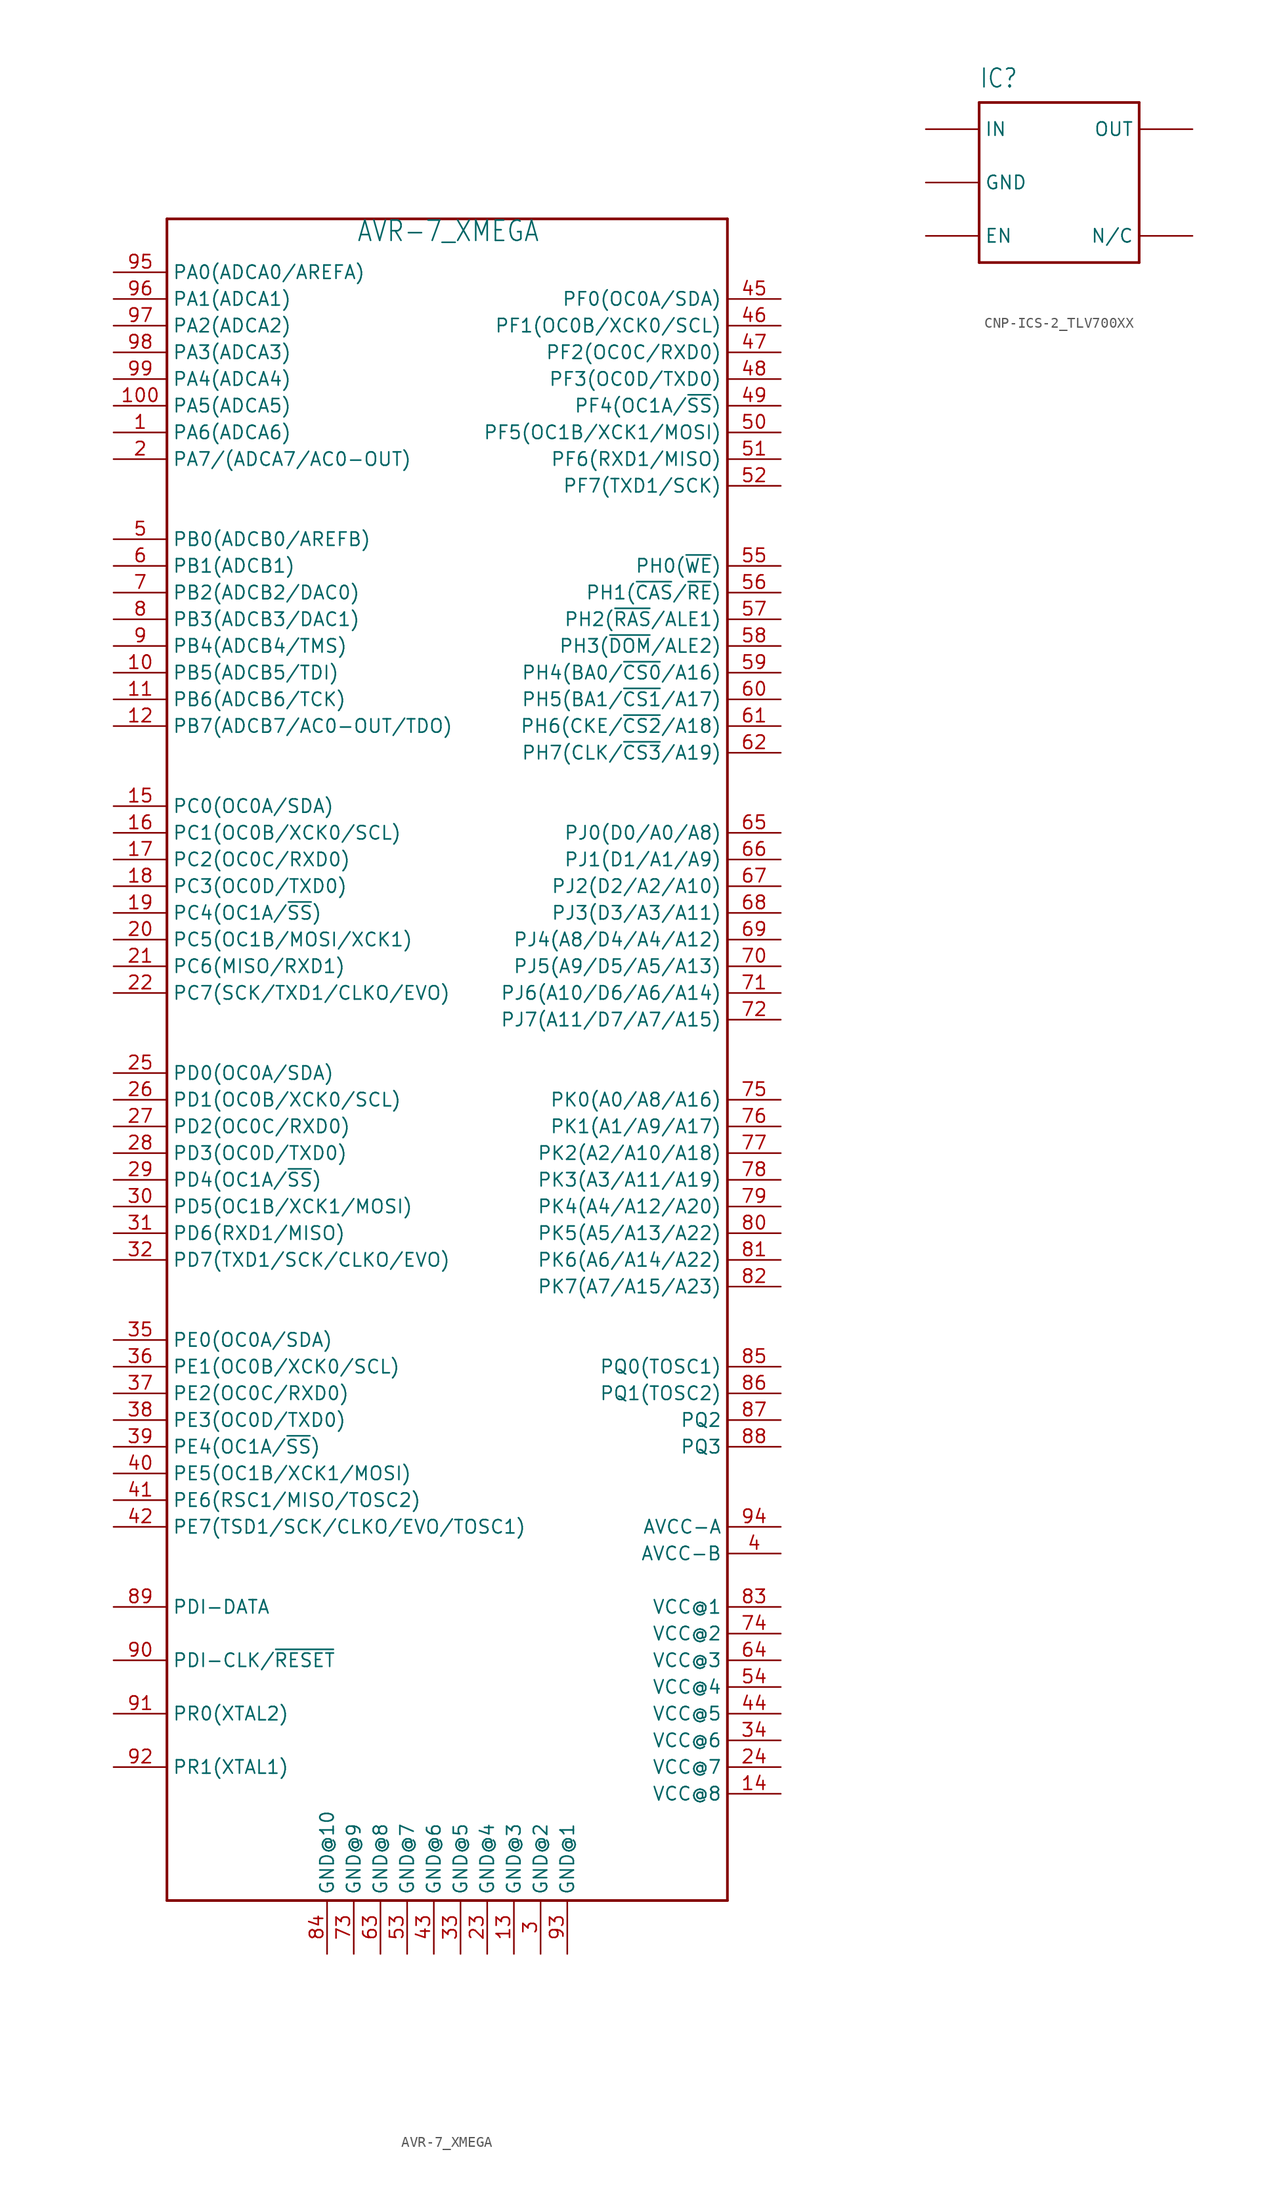
<source format=kicad_sym>
(kicad_symbol_lib
  (version 20220914)
  (generator kicad_symbol_editor)
  (symbol "AVR-7_XMEGA"
    (property "Reference" "U"
      (at -25.4 115.57 0)
      (effects (font (size 1.93 1.641)) (justify left bottom) hide))
    (property "Value" "AVR-7_XMEGA"
      (at -7.366 112.014 0)
      (effects (font (size 1.93 1.641)) (justify left bottom)))
    (symbol "AVR-7_XMEGA_1_0"
      (polyline (pts (xy -25.4 -45.72) (xy -25.4 114.3)) (stroke (width 0.254) (type solid)) (fill (type none)))
      (polyline (pts (xy -25.4 114.3) (xy 27.94 114.3)) (stroke (width 0.254) (type solid)) (fill (type none)))
      (polyline (pts (xy 27.94 -45.72) (xy -25.4 -45.72)) (stroke (width 0.254) (type solid)) (fill (type none)))
      (polyline (pts (xy 27.94 114.3) (xy 27.94 -45.72)) (stroke (width 0.254) (type solid)) (fill (type none)))
      (pin bidirectional line (at -30.48 93.98 0) (length 5.08) (name "PA6(ADCA6)" (effects (font (size 1.27 1.27)))) (number "1" (effects (font (size 1.27 1.27)))))
      (pin bidirectional line (at -30.48 71.12 0) (length 5.08) (name "PB5(ADCB5/TDI)" (effects (font (size 1.27 1.27)))) (number "10" (effects (font (size 1.27 1.27)))))
      (pin bidirectional line (at -30.48 96.52 0) (length 5.08) (name "PA5(ADCA5)" (effects (font (size 1.27 1.27)))) (number "100" (effects (font (size 1.27 1.27)))))
      (pin bidirectional line (at -30.48 68.58 0) (length 5.08) (name "PB6(ADCB6/TCK)" (effects (font (size 1.27 1.27)))) (number "11" (effects (font (size 1.27 1.27)))))
      (pin bidirectional line (at -30.48 66.04 0) (length 5.08) (name "PB7(ADCB7/AC0-OUT/TDO)" (effects (font (size 1.27 1.27)))) (number "12" (effects (font (size 1.27 1.27)))))
      (pin power_in line (at 7.62 -50.8 90) (length 5.08) (name "GND@3" (effects (font (size 1.27 1.27)))) (number "13" (effects (font (size 1.27 1.27)))))
      (pin power_in line (at 33.02 -35.56 180) (length 5.08) (name "VCC@8" (effects (font (size 1.27 1.27)))) (number "14" (effects (font (size 1.27 1.27)))))
      (pin bidirectional line (at -30.48 58.42 0) (length 5.08) (name "PC0(OC0A/SDA)" (effects (font (size 1.27 1.27)))) (number "15" (effects (font (size 1.27 1.27)))))
      (pin bidirectional line (at -30.48 55.88 0) (length 5.08) (name "PC1(OC0B/XCK0/SCL)" (effects (font (size 1.27 1.27)))) (number "16" (effects (font (size 1.27 1.27)))))
      (pin bidirectional line (at -30.48 53.34 0) (length 5.08) (name "PC2(OC0C/RXD0)" (effects (font (size 1.27 1.27)))) (number "17" (effects (font (size 1.27 1.27)))))
      (pin bidirectional line (at -30.48 50.8 0) (length 5.08) (name "PC3(OC0D/TXD0)" (effects (font (size 1.27 1.27)))) (number "18" (effects (font (size 1.27 1.27)))))
      (pin bidirectional line (at -30.48 48.26 0) (length 5.08) (name "PC4(OC1A/~{SS})" (effects (font (size 1.27 1.27)))) (number "19" (effects (font (size 1.27 1.27)))))
      (pin bidirectional line (at -30.48 91.44 0) (length 5.08) (name "PA7/(ADCA7/AC0-OUT)" (effects (font (size 1.27 1.27)))) (number "2" (effects (font (size 1.27 1.27)))))
      (pin bidirectional line (at -30.48 45.72 0) (length 5.08) (name "PC5(OC1B/MOSI/XCK1)" (effects (font (size 1.27 1.27)))) (number "20" (effects (font (size 1.27 1.27)))))
      (pin bidirectional line (at -30.48 43.18 0) (length 5.08) (name "PC6(MISO/RXD1)" (effects (font (size 1.27 1.27)))) (number "21" (effects (font (size 1.27 1.27)))))
      (pin bidirectional line (at -30.48 40.64 0) (length 5.08) (name "PC7(SCK/TXD1/CLKO/EVO)" (effects (font (size 1.27 1.27)))) (number "22" (effects (font (size 1.27 1.27)))))
      (pin power_in line (at 5.08 -50.8 90) (length 5.08) (name "GND@4" (effects (font (size 1.27 1.27)))) (number "23" (effects (font (size 1.27 1.27)))))
      (pin power_in line (at 33.02 -33.02 180) (length 5.08) (name "VCC@7" (effects (font (size 1.27 1.27)))) (number "24" (effects (font (size 1.27 1.27)))))
      (pin bidirectional line (at -30.48 33.02 0) (length 5.08) (name "PD0(OC0A/SDA)" (effects (font (size 1.27 1.27)))) (number "25" (effects (font (size 1.27 1.27)))))
      (pin bidirectional line (at -30.48 30.48 0) (length 5.08) (name "PD1(OC0B/XCK0/SCL)" (effects (font (size 1.27 1.27)))) (number "26" (effects (font (size 1.27 1.27)))))
      (pin bidirectional line (at -30.48 27.94 0) (length 5.08) (name "PD2(OC0C/RXD0)" (effects (font (size 1.27 1.27)))) (number "27" (effects (font (size 1.27 1.27)))))
      (pin bidirectional line (at -30.48 25.4 0) (length 5.08) (name "PD3(OC0D/TXD0)" (effects (font (size 1.27 1.27)))) (number "28" (effects (font (size 1.27 1.27)))))
      (pin bidirectional line (at -30.48 22.86 0) (length 5.08) (name "PD4(OC1A/~{SS})" (effects (font (size 1.27 1.27)))) (number "29" (effects (font (size 1.27 1.27)))))
      (pin power_in line (at 10.16 -50.8 90) (length 5.08) (name "GND@2" (effects (font (size 1.27 1.27)))) (number "3" (effects (font (size 1.27 1.27)))))
      (pin bidirectional line (at -30.48 20.32 0) (length 5.08) (name "PD5(OC1B/XCK1/MOSI)" (effects (font (size 1.27 1.27)))) (number "30" (effects (font (size 1.27 1.27)))))
      (pin bidirectional line (at -30.48 17.78 0) (length 5.08) (name "PD6(RXD1/MISO)" (effects (font (size 1.27 1.27)))) (number "31" (effects (font (size 1.27 1.27)))))
      (pin bidirectional line (at -30.48 15.24 0) (length 5.08) (name "PD7(TXD1/SCK/CLKO/EVO)" (effects (font (size 1.27 1.27)))) (number "32" (effects (font (size 1.27 1.27)))))
      (pin power_in line (at 2.54 -50.8 90) (length 5.08) (name "GND@5" (effects (font (size 1.27 1.27)))) (number "33" (effects (font (size 1.27 1.27)))))
      (pin power_in line (at 33.02 -30.48 180) (length 5.08) (name "VCC@6" (effects (font (size 1.27 1.27)))) (number "34" (effects (font (size 1.27 1.27)))))
      (pin bidirectional line (at -30.48 7.62 0) (length 5.08) (name "PE0(OC0A/SDA)" (effects (font (size 1.27 1.27)))) (number "35" (effects (font (size 1.27 1.27)))))
      (pin bidirectional line (at -30.48 5.08 0) (length 5.08) (name "PE1(OC0B/XCK0/SCL)" (effects (font (size 1.27 1.27)))) (number "36" (effects (font (size 1.27 1.27)))))
      (pin bidirectional line (at -30.48 2.54 0) (length 5.08) (name "PE2(OC0C/RXD0)" (effects (font (size 1.27 1.27)))) (number "37" (effects (font (size 1.27 1.27)))))
      (pin bidirectional line (at -30.48 0 0) (length 5.08) (name "PE3(OC0D/TXD0)" (effects (font (size 1.27 1.27)))) (number "38" (effects (font (size 1.27 1.27)))))
      (pin bidirectional line (at -30.48 -2.54 0) (length 5.08) (name "PE4(OC1A/~{SS})" (effects (font (size 1.27 1.27)))) (number "39" (effects (font (size 1.27 1.27)))))
      (pin power_in line (at 33.02 -12.7 180) (length 5.08) (name "AVCC-B" (effects (font (size 1.27 1.27)))) (number "4" (effects (font (size 1.27 1.27)))))
      (pin bidirectional line (at -30.48 -5.08 0) (length 5.08) (name "PE5(OC1B/XCK1/MOSI)" (effects (font (size 1.27 1.27)))) (number "40" (effects (font (size 1.27 1.27)))))
      (pin bidirectional line (at -30.48 -7.62 0) (length 5.08) (name "PE6(RSC1/MISO/TOSC2)" (effects (font (size 1.27 1.27)))) (number "41" (effects (font (size 1.27 1.27)))))
      (pin bidirectional line (at -30.48 -10.16 0) (length 5.08) (name "PE7(TSD1/SCK/CLKO/EVO/TOSC1)" (effects (font (size 1.27 1.27)))) (number "42" (effects (font (size 1.27 1.27)))))
      (pin power_in line (at 0 -50.8 90) (length 5.08) (name "GND@6" (effects (font (size 1.27 1.27)))) (number "43" (effects (font (size 1.27 1.27)))))
      (pin power_in line (at 33.02 -27.94 180) (length 5.08) (name "VCC@5" (effects (font (size 1.27 1.27)))) (number "44" (effects (font (size 1.27 1.27)))))
      (pin bidirectional line (at 33.02 106.68 180) (length 5.08) (name "PF0(OC0A/SDA)" (effects (font (size 1.27 1.27)))) (number "45" (effects (font (size 1.27 1.27)))))
      (pin bidirectional line (at 33.02 104.14 180) (length 5.08) (name "PF1(OC0B/XCK0/SCL)" (effects (font (size 1.27 1.27)))) (number "46" (effects (font (size 1.27 1.27)))))
      (pin bidirectional line (at 33.02 101.6 180) (length 5.08) (name "PF2(OC0C/RXD0)" (effects (font (size 1.27 1.27)))) (number "47" (effects (font (size 1.27 1.27)))))
      (pin bidirectional line (at 33.02 99.06 180) (length 5.08) (name "PF3(OC0D/TXD0)" (effects (font (size 1.27 1.27)))) (number "48" (effects (font (size 1.27 1.27)))))
      (pin bidirectional line (at 33.02 96.52 180) (length 5.08) (name "PF4(OC1A/~{SS})" (effects (font (size 1.27 1.27)))) (number "49" (effects (font (size 1.27 1.27)))))
      (pin bidirectional line (at -30.48 83.82 0) (length 5.08) (name "PB0(ADCB0/AREFB)" (effects (font (size 1.27 1.27)))) (number "5" (effects (font (size 1.27 1.27)))))
      (pin bidirectional line (at 33.02 93.98 180) (length 5.08) (name "PF5(OC1B/XCK1/MOSI)" (effects (font (size 1.27 1.27)))) (number "50" (effects (font (size 1.27 1.27)))))
      (pin bidirectional line (at 33.02 91.44 180) (length 5.08) (name "PF6(RXD1/MISO)" (effects (font (size 1.27 1.27)))) (number "51" (effects (font (size 1.27 1.27)))))
      (pin bidirectional line (at 33.02 88.9 180) (length 5.08) (name "PF7(TXD1/SCK)" (effects (font (size 1.27 1.27)))) (number "52" (effects (font (size 1.27 1.27)))))
      (pin power_in line (at -2.54 -50.8 90) (length 5.08) (name "GND@7" (effects (font (size 1.27 1.27)))) (number "53" (effects (font (size 1.27 1.27)))))
      (pin power_in line (at 33.02 -25.4 180) (length 5.08) (name "VCC@4" (effects (font (size 1.27 1.27)))) (number "54" (effects (font (size 1.27 1.27)))))
      (pin bidirectional line (at 33.02 81.28 180) (length 5.08) (name "PH0(~{WE})" (effects (font (size 1.27 1.27)))) (number "55" (effects (font (size 1.27 1.27)))))
      (pin bidirectional line (at 33.02 78.74 180) (length 5.08) (name "PH1(~{CAS}/~{RE})" (effects (font (size 1.27 1.27)))) (number "56" (effects (font (size 1.27 1.27)))))
      (pin bidirectional line (at 33.02 76.2 180) (length 5.08) (name "PH2(~{RAS}/ALE1)" (effects (font (size 1.27 1.27)))) (number "57" (effects (font (size 1.27 1.27)))))
      (pin bidirectional line (at 33.02 73.66 180) (length 5.08) (name "PH3(~{DOM}/ALE2)" (effects (font (size 1.27 1.27)))) (number "58" (effects (font (size 1.27 1.27)))))
      (pin bidirectional line (at 33.02 71.12 180) (length 5.08) (name "PH4(BA0/~{CS0}/A16)" (effects (font (size 1.27 1.27)))) (number "59" (effects (font (size 1.27 1.27)))))
      (pin bidirectional line (at -30.48 81.28 0) (length 5.08) (name "PB1(ADCB1)" (effects (font (size 1.27 1.27)))) (number "6" (effects (font (size 1.27 1.27)))))
      (pin bidirectional line (at 33.02 68.58 180) (length 5.08) (name "PH5(BA1/~{CS1}/A17)" (effects (font (size 1.27 1.27)))) (number "60" (effects (font (size 1.27 1.27)))))
      (pin bidirectional line (at 33.02 66.04 180) (length 5.08) (name "PH6(CKE/~{CS2}/A18)" (effects (font (size 1.27 1.27)))) (number "61" (effects (font (size 1.27 1.27)))))
      (pin bidirectional line (at 33.02 63.5 180) (length 5.08) (name "PH7(CLK/~{CS3}/A19)" (effects (font (size 1.27 1.27)))) (number "62" (effects (font (size 1.27 1.27)))))
      (pin power_in line (at -5.08 -50.8 90) (length 5.08) (name "GND@8" (effects (font (size 1.27 1.27)))) (number "63" (effects (font (size 1.27 1.27)))))
      (pin power_in line (at 33.02 -22.86 180) (length 5.08) (name "VCC@3" (effects (font (size 1.27 1.27)))) (number "64" (effects (font (size 1.27 1.27)))))
      (pin bidirectional line (at 33.02 55.88 180) (length 5.08) (name "PJ0(D0/A0/A8)" (effects (font (size 1.27 1.27)))) (number "65" (effects (font (size 1.27 1.27)))))
      (pin bidirectional line (at 33.02 53.34 180) (length 5.08) (name "PJ1(D1/A1/A9)" (effects (font (size 1.27 1.27)))) (number "66" (effects (font (size 1.27 1.27)))))
      (pin bidirectional line (at 33.02 50.8 180) (length 5.08) (name "PJ2(D2/A2/A10)" (effects (font (size 1.27 1.27)))) (number "67" (effects (font (size 1.27 1.27)))))
      (pin bidirectional line (at 33.02 48.26 180) (length 5.08) (name "PJ3(D3/A3/A11)" (effects (font (size 1.27 1.27)))) (number "68" (effects (font (size 1.27 1.27)))))
      (pin bidirectional line (at 33.02 45.72 180) (length 5.08) (name "PJ4(A8/D4/A4/A12)" (effects (font (size 1.27 1.27)))) (number "69" (effects (font (size 1.27 1.27)))))
      (pin bidirectional line (at -30.48 78.74 0) (length 5.08) (name "PB2(ADCB2/DAC0)" (effects (font (size 1.27 1.27)))) (number "7" (effects (font (size 1.27 1.27)))))
      (pin bidirectional line (at 33.02 43.18 180) (length 5.08) (name "PJ5(A9/D5/A5/A13)" (effects (font (size 1.27 1.27)))) (number "70" (effects (font (size 1.27 1.27)))))
      (pin bidirectional line (at 33.02 40.64 180) (length 5.08) (name "PJ6(A10/D6/A6/A14)" (effects (font (size 1.27 1.27)))) (number "71" (effects (font (size 1.27 1.27)))))
      (pin bidirectional line (at 33.02 38.1 180) (length 5.08) (name "PJ7(A11/D7/A7/A15)" (effects (font (size 1.27 1.27)))) (number "72" (effects (font (size 1.27 1.27)))))
      (pin power_in line (at -7.62 -50.8 90) (length 5.08) (name "GND@9" (effects (font (size 1.27 1.27)))) (number "73" (effects (font (size 1.27 1.27)))))
      (pin power_in line (at 33.02 -20.32 180) (length 5.08) (name "VCC@2" (effects (font (size 1.27 1.27)))) (number "74" (effects (font (size 1.27 1.27)))))
      (pin bidirectional line (at 33.02 30.48 180) (length 5.08) (name "PK0(A0/A8/A16)" (effects (font (size 1.27 1.27)))) (number "75" (effects (font (size 1.27 1.27)))))
      (pin bidirectional line (at 33.02 27.94 180) (length 5.08) (name "PK1(A1/A9/A17)" (effects (font (size 1.27 1.27)))) (number "76" (effects (font (size 1.27 1.27)))))
      (pin bidirectional line (at 33.02 25.4 180) (length 5.08) (name "PK2(A2/A10/A18)" (effects (font (size 1.27 1.27)))) (number "77" (effects (font (size 1.27 1.27)))))
      (pin bidirectional line (at 33.02 22.86 180) (length 5.08) (name "PK3(A3/A11/A19)" (effects (font (size 1.27 1.27)))) (number "78" (effects (font (size 1.27 1.27)))))
      (pin bidirectional line (at 33.02 20.32 180) (length 5.08) (name "PK4(A4/A12/A20)" (effects (font (size 1.27 1.27)))) (number "79" (effects (font (size 1.27 1.27)))))
      (pin bidirectional line (at -30.48 76.2 0) (length 5.08) (name "PB3(ADCB3/DAC1)" (effects (font (size 1.27 1.27)))) (number "8" (effects (font (size 1.27 1.27)))))
      (pin bidirectional line (at 33.02 17.78 180) (length 5.08) (name "PK5(A5/A13/A22)" (effects (font (size 1.27 1.27)))) (number "80" (effects (font (size 1.27 1.27)))))
      (pin bidirectional line (at 33.02 15.24 180) (length 5.08) (name "PK6(A6/A14/A22)" (effects (font (size 1.27 1.27)))) (number "81" (effects (font (size 1.27 1.27)))))
      (pin bidirectional line (at 33.02 12.7 180) (length 5.08) (name "PK7(A7/A15/A23)" (effects (font (size 1.27 1.27)))) (number "82" (effects (font (size 1.27 1.27)))))
      (pin power_in line (at 33.02 -17.78 180) (length 5.08) (name "VCC@1" (effects (font (size 1.27 1.27)))) (number "83" (effects (font (size 1.27 1.27)))))
      (pin power_in line (at -10.16 -50.8 90) (length 5.08) (name "GND@10" (effects (font (size 1.27 1.27)))) (number "84" (effects (font (size 1.27 1.27)))))
      (pin bidirectional line (at 33.02 5.08 180) (length 5.08) (name "PQ0(TOSC1)" (effects (font (size 1.27 1.27)))) (number "85" (effects (font (size 1.27 1.27)))))
      (pin bidirectional line (at 33.02 2.54 180) (length 5.08) (name "PQ1(TOSC2)" (effects (font (size 1.27 1.27)))) (number "86" (effects (font (size 1.27 1.27)))))
      (pin bidirectional line (at 33.02 0 180) (length 5.08) (name "PQ2" (effects (font (size 1.27 1.27)))) (number "87" (effects (font (size 1.27 1.27)))))
      (pin bidirectional line (at 33.02 -2.54 180) (length 5.08) (name "PQ3" (effects (font (size 1.27 1.27)))) (number "88" (effects (font (size 1.27 1.27)))))
      (pin bidirectional line (at -30.48 -17.78 0) (length 5.08) (name "PDI-DATA" (effects (font (size 1.27 1.27)))) (number "89" (effects (font (size 1.27 1.27)))))
      (pin bidirectional line (at -30.48 73.66 0) (length 5.08) (name "PB4(ADCB4/TMS)" (effects (font (size 1.27 1.27)))) (number "9" (effects (font (size 1.27 1.27)))))
      (pin input line (at -30.48 -22.86 0) (length 5.08) (name "PDI-CLK/~{RESET}" (effects (font (size 1.27 1.27)))) (number "90" (effects (font (size 1.27 1.27)))))
      (pin bidirectional line (at -30.48 -27.94 0) (length 5.08) (name "PR0(XTAL2)" (effects (font (size 1.27 1.27)))) (number "91" (effects (font (size 1.27 1.27)))))
      (pin bidirectional line (at -30.48 -33.02 0) (length 5.08) (name "PR1(XTAL1)" (effects (font (size 1.27 1.27)))) (number "92" (effects (font (size 1.27 1.27)))))
      (pin power_in line (at 12.7 -50.8 90) (length 5.08) (name "GND@1" (effects (font (size 1.27 1.27)))) (number "93" (effects (font (size 1.27 1.27)))))
      (pin power_in line (at 33.02 -10.16 180) (length 5.08) (name "AVCC-A" (effects (font (size 1.27 1.27)))) (number "94" (effects (font (size 1.27 1.27)))))
      (pin bidirectional line (at -30.48 109.22 0) (length 5.08) (name "PA0(ADCA0/AREFA)" (effects (font (size 1.27 1.27)))) (number "95" (effects (font (size 1.27 1.27)))))
      (pin bidirectional line (at -30.48 106.68 0) (length 5.08) (name "PA1(ADCA1)" (effects (font (size 1.27 1.27)))) (number "96" (effects (font (size 1.27 1.27)))))
      (pin bidirectional line (at -30.48 104.14 0) (length 5.08) (name "PA2(ADCA2)" (effects (font (size 1.27 1.27)))) (number "97" (effects (font (size 1.27 1.27)))))
      (pin bidirectional line (at -30.48 101.6 0) (length 5.08) (name "PA3(ADCA3)" (effects (font (size 1.27 1.27)))) (number "98" (effects (font (size 1.27 1.27)))))
      (pin bidirectional line (at -30.48 99.06 0) (length 5.08) (name "PA4(ADCA4)" (effects (font (size 1.27 1.27)))) (number "99" (effects (font (size 1.27 1.27)))))))
  (symbol "CNP-ICS-2_TLV700XX"
    (property "Reference" "IC"
      (at -7.62 8.89 0)
      (effects (font (size 1.778 1.511)) (justify left bottom)))
    (property "Value" ""
      (at -7.62 -10.16 0)
      (effects (font (size 1.778 1.511)) (justify left bottom)))
    (property "ki_locked" ""
      (at 0 0 0)
      (effects (font (size 1.27 1.27))))
    (symbol "CNP-ICS-2_TLV700XX_1_0"
      (polyline (pts (xy -7.62 -7.62) (xy 7.62 -7.62)) (stroke (width 0.254) (type solid)) (fill (type none)))
      (polyline (pts (xy -7.62 7.62) (xy -7.62 -7.62)) (stroke (width 0.254) (type solid)) (fill (type none)))
      (polyline (pts (xy 7.62 -7.62) (xy 7.62 7.62)) (stroke (width 0.254) (type solid)) (fill (type none)))
      (polyline (pts (xy 7.62 7.62) (xy -7.62 7.62)) (stroke (width 0.254) (type solid)) (fill (type none)))
      (pin bidirectional line (at -12.7 5.08 0) (length 5.08) (name "IN" (effects (font (size 1.27 1.27)))) (number "1" (effects (font (size 0 0)))))
      (pin bidirectional line (at -12.7 0 0) (length 5.08) (name "GND" (effects (font (size 1.27 1.27)))) (number "2" (effects (font (size 0 0)))))
      (pin bidirectional line (at -12.7 -5.08 0) (length 5.08) (name "EN" (effects (font (size 1.27 1.27)))) (number "3" (effects (font (size 0 0)))))
      (pin bidirectional line (at 12.7 -5.08 180) (length 5.08) (name "N/C" (effects (font (size 1.27 1.27)))) (number "4" (effects (font (size 0 0)))))
      (pin bidirectional line (at 12.7 5.08 180) (length 5.08) (name "OUT" (effects (font (size 1.27 1.27)))) (number "5" (effects (font (size 0 0))))))))
</source>
